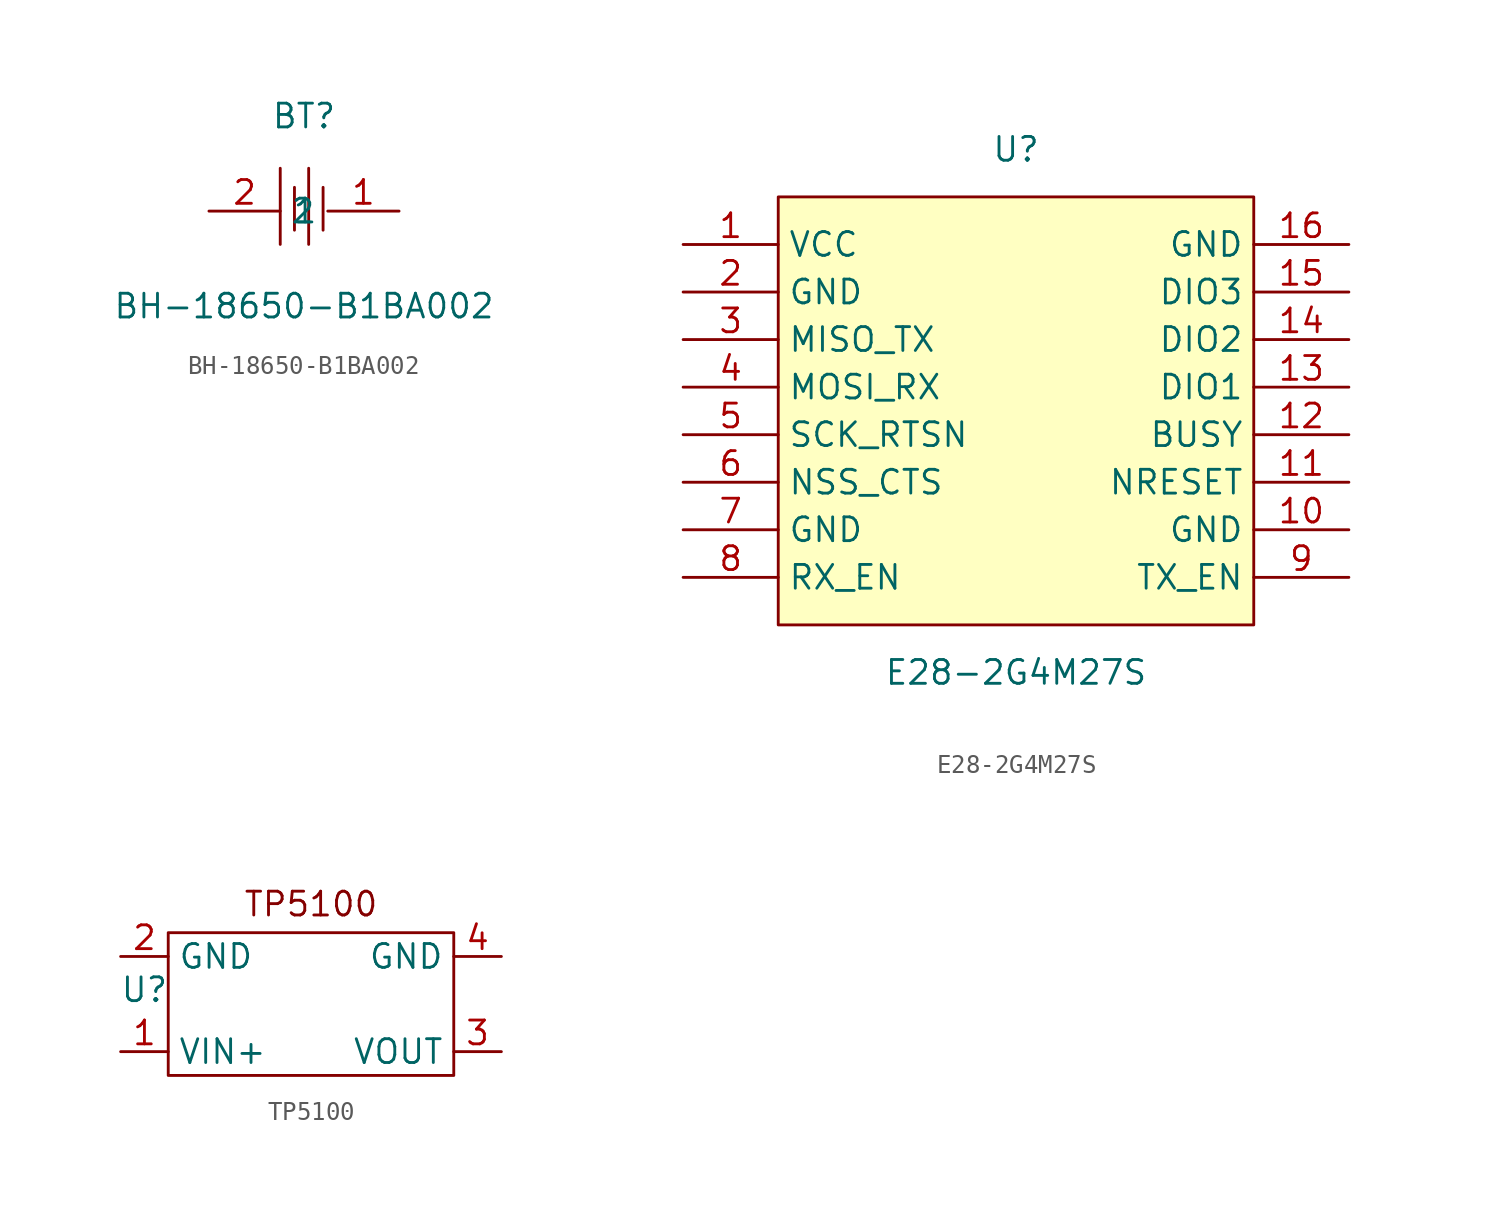
<source format=kicad_sym>
(kicad_symbol_lib
  (version 20241209)
  (generator "kicad_symbol_editor")
  (generator_version "9.0")
  (symbol "BH-18650-B1BA002"
    (property "Reference" "BT"
      (at 0 5.08 0)
      (effects (font (size 1.27 1.27))))
    (property "Value" "BH-18650-B1BA002"
      (at 0 -5.08 0)
      (effects (font (size 1.27 1.27))))
    (symbol "BH-18650-B1BA002_0_1"
      (polyline (pts (xy -1.27 2.29) (xy -1.27 -1.78)) (stroke (width 0) (type default)) (fill (type none)))
      (polyline (pts (xy -0.51 1.27) (xy -0.51 -1.02)) (stroke (width 0) (type default)) (fill (type none)))
      (polyline (pts (xy 0.25 2.29) (xy 0.25 -1.78)) (stroke (width 0) (type default)) (fill (type none)))
      (polyline (pts (xy 1.02 1.27) (xy 1.02 -1.02)) (stroke (width 0) (type default)) (fill (type none)))
      (pin input line (at -5.08 0 0) (length 3.81) (name "2" (effects (font (size 1.27 1.27)))) (number "2" (effects (font (size 1.27 1.27)))))
      (pin input line (at 5.08 0 180) (length 3.81) (name "1" (effects (font (size 1.27 1.27)))) (number "1" (effects (font (size 1.27 1.27)))))))
  (symbol "E28-2G4M27S"
    (property "Reference" "U"
      (at 0 10.16 0)
      (effects (font (size 1.27 1.27))))
    (property "Value" "E28-2G4M27S"
      (at 0 -17.78 0)
      (effects (font (size 1.27 1.27))))
    (symbol "E28-2G4M27S_0_1"
      (rectangle (start -12.7 7.62) (end 12.7 -15.24) (stroke (width 0) (type default)) (fill (type background)))
      (pin unspecified line (at -17.78 5.08 0) (length 5.08) (name "VCC" (effects (font (size 1.27 1.27)))) (number "1" (effects (font (size 1.27 1.27)))))
      (pin unspecified line (at -17.78 2.54 0) (length 5.08) (name "GND" (effects (font (size 1.27 1.27)))) (number "2" (effects (font (size 1.27 1.27)))))
      (pin unspecified line (at -17.78 0 0) (length 5.08) (name "MISO_TX" (effects (font (size 1.27 1.27)))) (number "3" (effects (font (size 1.27 1.27)))))
      (pin unspecified line (at -17.78 -2.54 0) (length 5.08) (name "MOSI_RX" (effects (font (size 1.27 1.27)))) (number "4" (effects (font (size 1.27 1.27)))))
      (pin unspecified line (at -17.78 -5.08 0) (length 5.08) (name "SCK_RTSN" (effects (font (size 1.27 1.27)))) (number "5" (effects (font (size 1.27 1.27)))))
      (pin unspecified line (at -17.78 -7.62 0) (length 5.08) (name "NSS_CTS" (effects (font (size 1.27 1.27)))) (number "6" (effects (font (size 1.27 1.27)))))
      (pin unspecified line (at -17.78 -10.16 0) (length 5.08) (name "GND" (effects (font (size 1.27 1.27)))) (number "7" (effects (font (size 1.27 1.27)))))
      (pin unspecified line (at -17.78 -12.7 0) (length 5.08) (name "RX_EN" (effects (font (size 1.27 1.27)))) (number "8" (effects (font (size 1.27 1.27)))))
      (pin unspecified line (at 17.78 5.08 180) (length 5.08) (name "GND" (effects (font (size 1.27 1.27)))) (number "16" (effects (font (size 1.27 1.27)))))
      (pin unspecified line (at 17.78 2.54 180) (length 5.08) (name "DIO3" (effects (font (size 1.27 1.27)))) (number "15" (effects (font (size 1.27 1.27)))))
      (pin unspecified line (at 17.78 0 180) (length 5.08) (name "DIO2" (effects (font (size 1.27 1.27)))) (number "14" (effects (font (size 1.27 1.27)))))
      (pin unspecified line (at 17.78 -2.54 180) (length 5.08) (name "DIO1" (effects (font (size 1.27 1.27)))) (number "13" (effects (font (size 1.27 1.27)))))
      (pin unspecified line (at 17.78 -5.08 180) (length 5.08) (name "BUSY" (effects (font (size 1.27 1.27)))) (number "12" (effects (font (size 1.27 1.27)))))
      (pin unspecified line (at 17.78 -7.62 180) (length 5.08) (name "NRESET" (effects (font (size 1.27 1.27)))) (number "11" (effects (font (size 1.27 1.27)))))
      (pin unspecified line (at 17.78 -10.16 180) (length 5.08) (name "GND" (effects (font (size 1.27 1.27)))) (number "10" (effects (font (size 1.27 1.27)))))
      (pin unspecified line (at 17.78 -12.7 180) (length 5.08) (name "TX_EN" (effects (font (size 1.27 1.27)))) (number "9" (effects (font (size 1.27 1.27)))))))
  (symbol "TP5100"
    (property "Reference" "U"
      (at -8.89 0.762 0)
      (effects (font (size 1.27 1.27))))
    (property "Value" ""
      (at 0 0 0)
      (effects (font (size 1.27 1.27))))
    (symbol "TP5100_0_1"
      (rectangle (start -7.62 3.81) (end 7.62 -3.81) (stroke (width 0) (type default)) (fill (type none))))
    (symbol "TP5100_1_1"
      (text "TP5100" (at 0 5.334 0) (effects (font (size 1.27 1.27))))
      (pin power_in line (at -10.16 2.54 0) (length 2.54) (name "GND" (effects (font (size 1.27 1.27)))) (number "2" (effects (font (size 1.27 1.27)))))
      (pin power_in line (at -10.16 -2.54 0) (length 2.54) (name "VIN+" (effects (font (size 1.27 1.27)))) (number "1" (effects (font (size 1.27 1.27)))))
      (pin power_out line (at 10.16 2.54 180) (length 2.54) (name "GND" (effects (font (size 1.27 1.27)))) (number "4" (effects (font (size 1.27 1.27)))))
      (pin power_out line (at 10.16 -2.54 180) (length 2.54) (name "VOUT" (effects (font (size 1.27 1.27)))) (number "3" (effects (font (size 1.27 1.27))))))))
</source>
